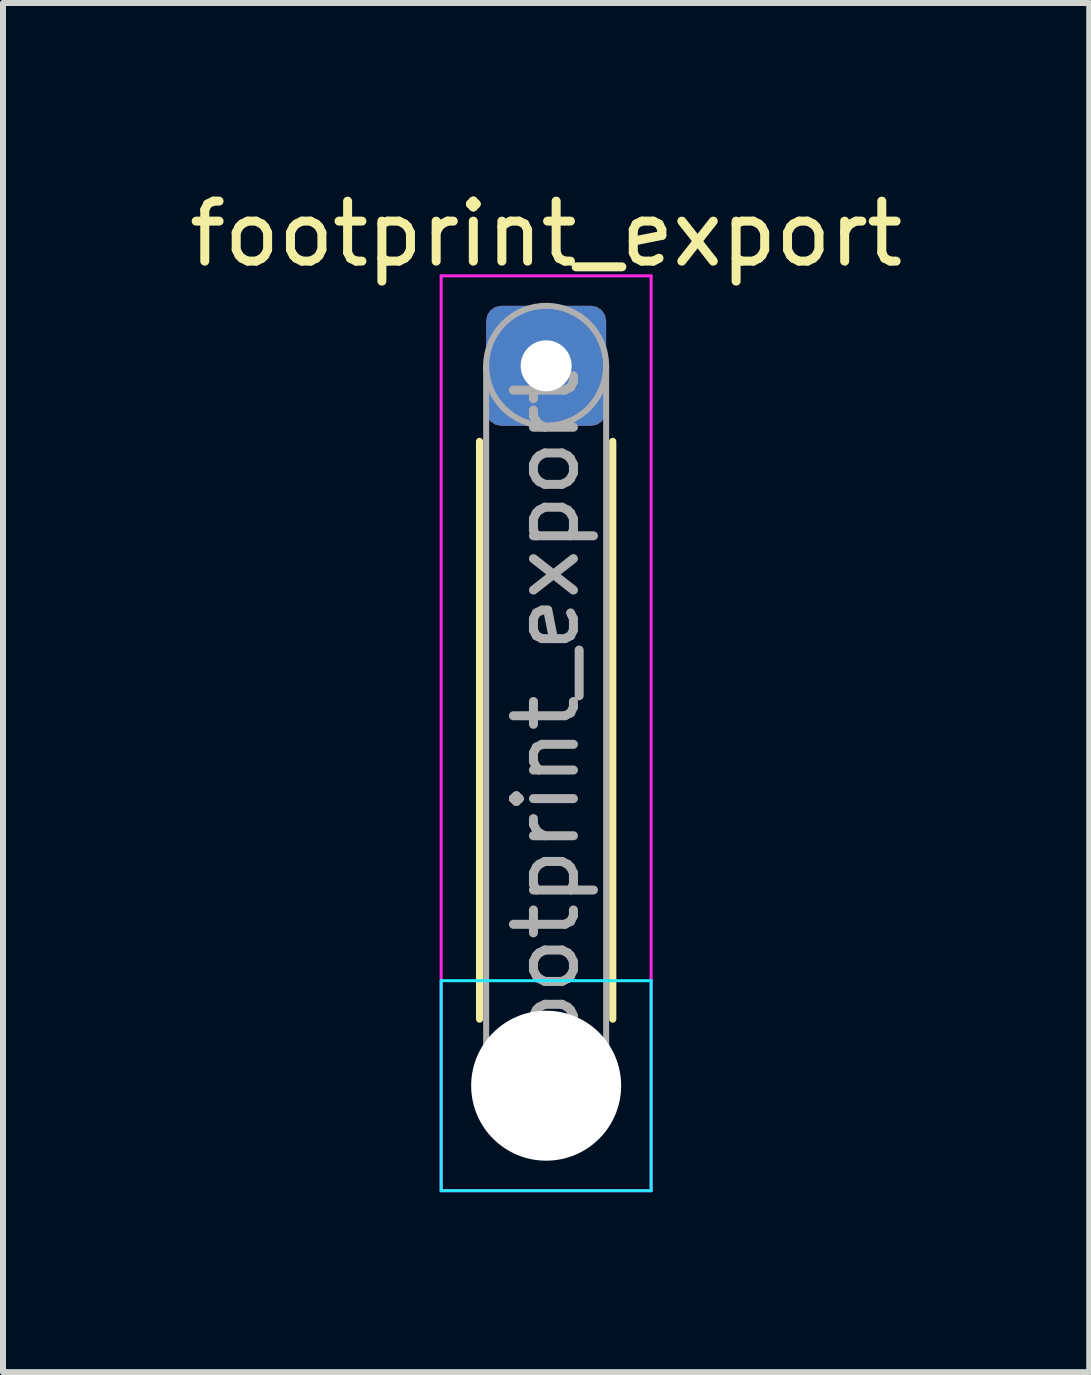
<source format=kicad_pcb>
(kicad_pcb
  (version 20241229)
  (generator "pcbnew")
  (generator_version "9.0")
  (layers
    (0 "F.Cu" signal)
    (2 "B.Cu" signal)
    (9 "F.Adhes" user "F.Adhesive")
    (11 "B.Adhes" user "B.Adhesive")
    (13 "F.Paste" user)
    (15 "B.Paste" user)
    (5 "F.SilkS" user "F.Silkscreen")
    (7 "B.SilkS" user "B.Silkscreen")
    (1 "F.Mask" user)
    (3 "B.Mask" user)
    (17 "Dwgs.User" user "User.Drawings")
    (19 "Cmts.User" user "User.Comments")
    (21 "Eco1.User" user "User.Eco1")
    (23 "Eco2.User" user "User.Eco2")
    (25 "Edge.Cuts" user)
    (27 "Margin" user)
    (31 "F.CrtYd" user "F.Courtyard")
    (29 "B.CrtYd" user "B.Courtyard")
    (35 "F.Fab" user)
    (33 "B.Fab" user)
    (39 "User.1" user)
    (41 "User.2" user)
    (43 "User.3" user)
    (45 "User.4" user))
  (footprint "footprint_export"
    (layer "F.Cu")
    (at 6.054 3.048)
    (property "Reference" "footprint_export" (at 0 -2.2 0) (layer "F.SilkS") (effects (font (size 1 1) (thickness 0.15))))
    (attr exclude_from_pos_files exclude_from_bom)
    (fp_line (start -1.11 1.26) (end -1.11 10.89) (stroke (width 0.12) (type solid)) (layer "F.SilkS"))
    (fp_line (start 1.11 1.26) (end 1.11 10.89) (stroke (width 0.12) (type solid)) (layer "F.SilkS"))
    (fp_line (start -1.75 10.25) (end -1.75 13.75) (stroke (width 0.05) (type solid)) (layer "B.CrtYd"))
    (fp_line (start -1.75 13.75) (end 1.75 13.75) (stroke (width 0.05) (type solid)) (layer "B.CrtYd"))
    (fp_line (start 1.75 10.25) (end -1.75 10.25) (stroke (width 0.05) (type solid)) (layer "B.CrtYd"))
    (fp_line (start 1.75 13.75) (end 1.75 10.25) (stroke (width 0.05) (type solid)) (layer "B.CrtYd"))
    (fp_line (start -1.75 -1.5) (end -1.75 13.75) (stroke (width 0.05) (type solid)) (layer "F.CrtYd"))
    (fp_line (start -1.75 13.75) (end 1.75 13.75) (stroke (width 0.05) (type solid)) (layer "F.CrtYd"))
    (fp_line (start 1.75 -1.5) (end -1.75 -1.5) (stroke (width 0.05) (type solid)) (layer "F.CrtYd"))
    (fp_line (start 1.75 13.75) (end 1.75 -1.5) (stroke (width 0.05) (type solid)) (layer "F.CrtYd"))
    (fp_line (start -1 0) (end -1 12) (stroke (width 0.1) (type solid)) (layer "F.Fab"))
    (fp_line (start 1 0) (end 1 12) (stroke (width 0.1) (type solid)) (layer "F.Fab"))
    (fp_circle (center 0 0) (end 1 0) (stroke (width 0.1) (type solid)) (fill no) (layer "F.Fab"))
    (fp_circle (center 0 12) (end 1 12) (stroke (width 0.1) (type solid)) (fill no) (layer "F.Fab"))
    (fp_text user "${REFERENCE}" (at 0 6 90) (layer "F.Fab") (effects (font (size 1 1) (thickness 0.15))))
    (pad "" np_thru_hole circle (at 0 12) (size 2.5 2.5) (drill 2.5) (layers "*.Cu" "*.Mask"))
    (pad "1" thru_hole roundrect (at 0 0) (size 2 2) (drill 0.85) (layers "*.Cu" "*.Mask") (roundrect_rratio 0.125)))
  (gr_rect
    (start -3 -3)
    (end 15.107 19.823)
    (stroke (width 0.1) (type default))
    (fill no)
    (layer "Edge.Cuts")))
</source>
